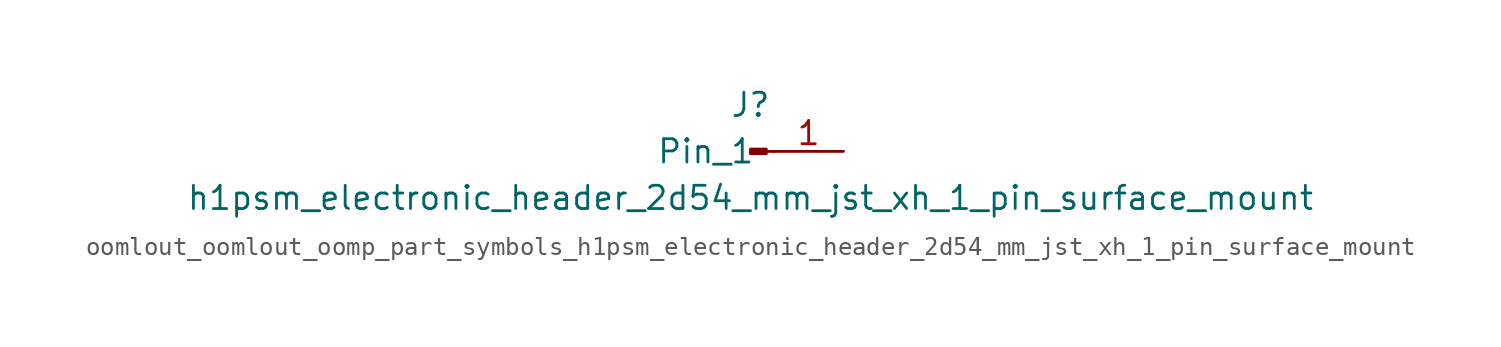
<source format=kicad_sym>
(kicad_symbol_lib
  (version 20220914)
  (generator kicad_symbol_editor)
  (symbol "oomlout_oomlout_oomp_part_symbols_h1psm_electronic_header_2d54_mm_jst_xh_1_pin_surface_mount"
    (pin_names
      (offset 1.016))
    (property "Reference" "J"
      (at 0 2.54 0)
      (effects (font (size 1.27 1.27))))
    (property "Value" "h1psm_electronic_header_2d54_mm_jst_xh_1_pin_surface_mount"
      (at 0 -2.54 0)
      (effects (font (size 1.27 1.27))))
    (property "ki_locked" ""
      (at 0 0 0)
      (effects (font (size 1.27 1.27))))
    (symbol "oomlout_oomlout_oomp_part_symbols_h1psm_electronic_header_2d54_mm_jst_xh_1_pin_surface_mount_1_1"
      (polyline (pts (xy 1.27 0) (xy 0.864 0)) (stroke (width 0.152) (type default)) (fill (type none)))
      (rectangle (start 0.864 0.127) (end 0 -0.127) (stroke (width 0.152) (type default)) (fill (type outline)))
      (pin passive line (at 5.08 0 180) (length 3.81) (name "Pin_1" (effects (font (size 1.27 1.27)))) (number "1" (effects (font (size 1.27 1.27))))))))
</source>
